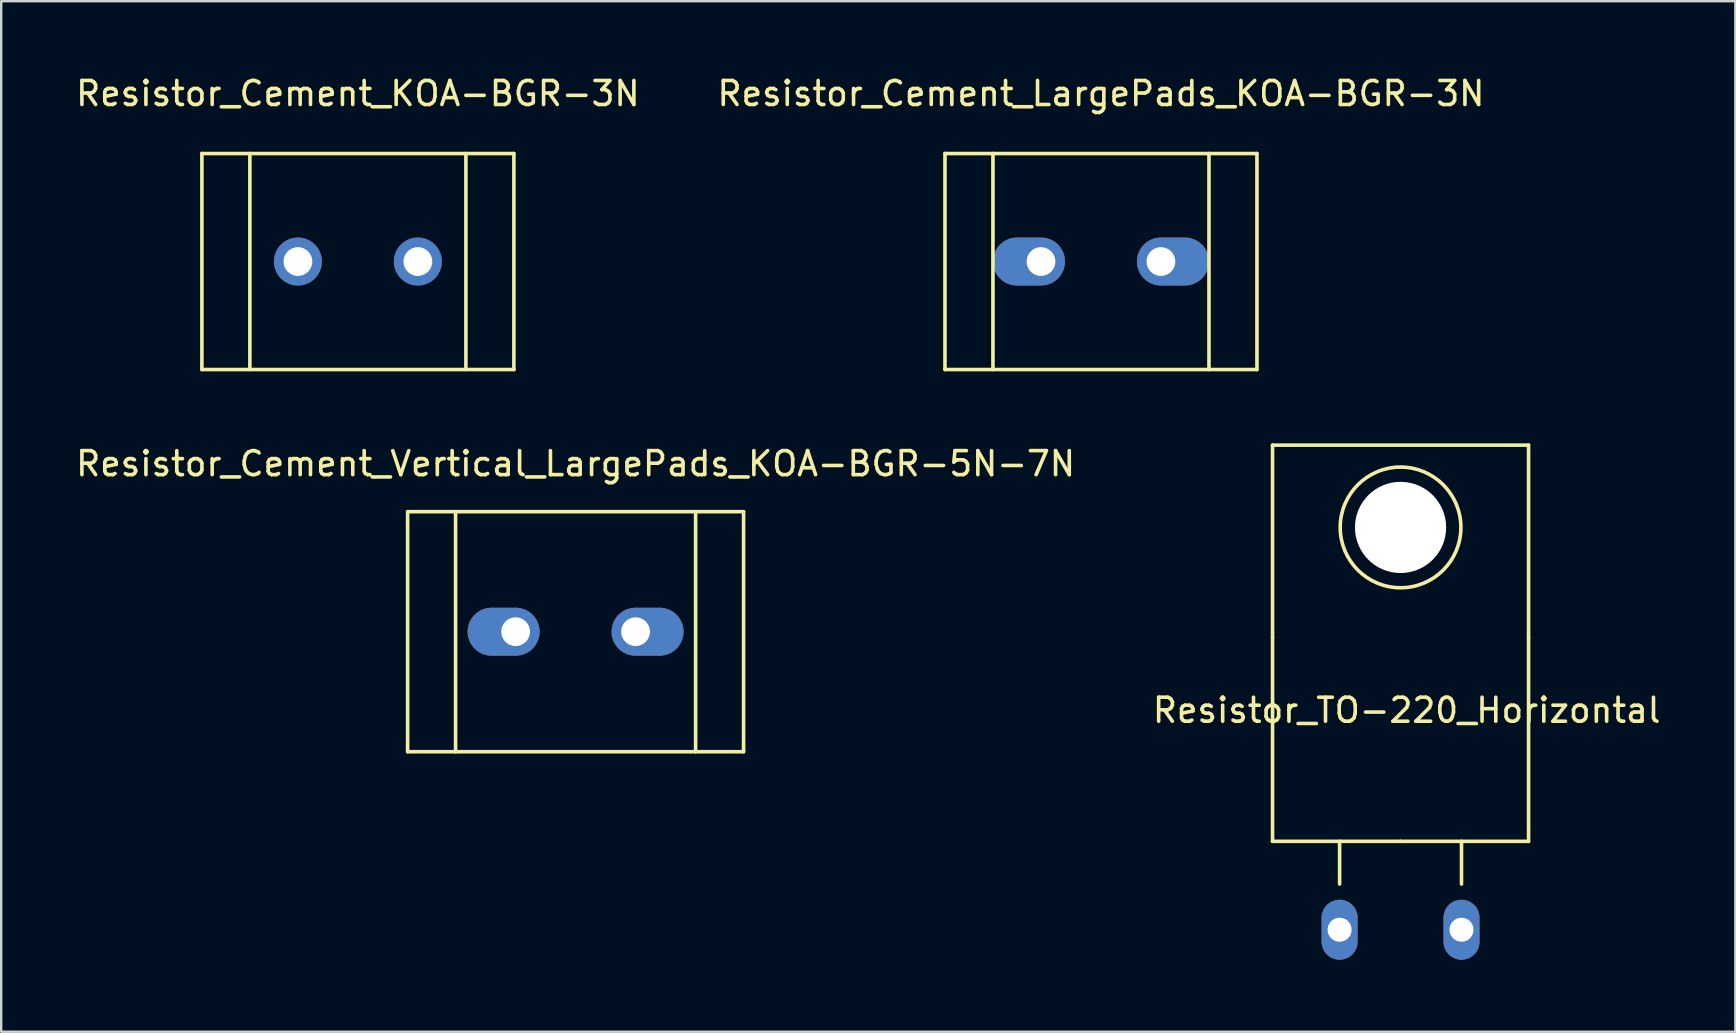
<source format=kicad_pcb>
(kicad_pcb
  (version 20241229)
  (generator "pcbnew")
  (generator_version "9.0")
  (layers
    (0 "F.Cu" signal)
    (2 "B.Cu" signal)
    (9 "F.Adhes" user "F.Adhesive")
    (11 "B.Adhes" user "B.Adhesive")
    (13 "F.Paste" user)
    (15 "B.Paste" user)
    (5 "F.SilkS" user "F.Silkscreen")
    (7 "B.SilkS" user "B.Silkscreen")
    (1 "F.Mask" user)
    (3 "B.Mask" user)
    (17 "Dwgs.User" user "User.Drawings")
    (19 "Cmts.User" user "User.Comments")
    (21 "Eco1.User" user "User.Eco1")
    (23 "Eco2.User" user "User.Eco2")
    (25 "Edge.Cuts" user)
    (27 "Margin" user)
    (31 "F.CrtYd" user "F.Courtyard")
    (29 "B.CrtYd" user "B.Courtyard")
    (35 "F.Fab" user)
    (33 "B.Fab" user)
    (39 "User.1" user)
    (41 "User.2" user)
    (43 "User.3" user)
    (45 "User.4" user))
  (footprint "Resistor_TO-220_Horizontal"
    (layer "F.Cu")
    (at 55.311 35.692)
    (property "Reference" "Resistor_TO-220_Horizontal" (at 0.254 -9.144 0) (layer "F.SilkS") (effects (font (size 1 1) (thickness 0.15))))
    (attr through_hole)
    (fp_line (start -5.334 -20.193) (end -5.334 -12.192) (stroke (width 0.15) (type solid)) (layer "F.SilkS"))
    (fp_line (start -5.334 -12.192) (end -5.334 -3.683) (stroke (width 0.15) (type solid)) (layer "F.SilkS"))
    (fp_line (start -2.54 -3.683) (end -2.54 -1.905) (stroke (width 0.15) (type solid)) (layer "F.SilkS"))
    (fp_line (start 0 -3.683) (end -5.334 -3.683) (stroke (width 0.15) (type solid)) (layer "F.SilkS"))
    (fp_line (start 0 -3.683) (end 5.334 -3.683) (stroke (width 0.15) (type solid)) (layer "F.SilkS"))
    (fp_line (start 2.54 -3.683) (end 2.54 -1.905) (stroke (width 0.15) (type solid)) (layer "F.SilkS"))
    (fp_line (start 5.334 -20.193) (end -5.334 -20.193) (stroke (width 0.15) (type solid)) (layer "F.SilkS"))
    (fp_line (start 5.334 -12.192) (end 5.334 -20.193) (stroke (width 0.15) (type solid)) (layer "F.SilkS"))
    (fp_line (start 5.334 -3.683) (end 5.334 -12.192) (stroke (width 0.15) (type solid)) (layer "F.SilkS"))
    (fp_circle (center 0 -16.764) (end 1.778 -14.986) (stroke (width 0.15) (type solid)) (fill no) (layer "F.SilkS"))
    (pad "" np_thru_hole circle (at 0 -16.764 90) (size 3.8 3.8) (drill 3.8) (layers "*.Cu" "*.Mask"))
    (pad "1" thru_hole oval (at -2.54 0 90) (size 2.499 1.501) (drill 1.001) (layers "*.Cu" "*.Mask"))
    (pad "2" thru_hole oval (at 2.54 0 90) (size 2.499 1.501) (drill 1.001) (layers "*.Cu" "*.Mask")))
  (footprint "Resistor_Cement_KOA-BGR-3N"
    (layer "F.Cu")
    (at 11.863 7.848)
    (property "Reference" "Resistor_Cement_KOA-BGR-3N" (at 0 -7 0) (layer "F.SilkS") (effects (font (size 1 1) (thickness 0.15))))
    (attr through_hole)
    (fp_line (start -6.5 -4.501) (end -6.5 4.501) (stroke (width 0.15) (type solid)) (layer "F.SilkS"))
    (fp_line (start -6.5 4.501) (end 6.5 4.501) (stroke (width 0.15) (type solid)) (layer "F.SilkS"))
    (fp_line (start -4.501 -4.501) (end -4.501 4.501) (stroke (width 0.15) (type solid)) (layer "F.SilkS"))
    (fp_line (start 4.501 -4.501) (end 4.501 4.501) (stroke (width 0.15) (type solid)) (layer "F.SilkS"))
    (fp_line (start 6.5 -4.501) (end -6.5 -4.501) (stroke (width 0.15) (type solid)) (layer "F.SilkS"))
    (fp_line (start 6.5 4.501) (end 6.5 -4.501) (stroke (width 0.15) (type solid)) (layer "F.SilkS"))
    (pad "1" thru_hole circle (at -2.499 0) (size 1.999 1.999) (drill 1.199) (layers "*.Cu" "*.Mask"))
    (pad "2" thru_hole circle (at 2.499 0) (size 1.999 1.999) (drill 1.199) (layers "*.Cu" "*.Mask")))
  (footprint "Resistor_Cement_Vertical_LargePads_KOA-BGR-5N-7N"
    (layer "F.Cu")
    (at 20.935 23.273)
    (property "Reference" "Resistor_Cement_Vertical_LargePads_KOA-BGR-5N-7N" (at 0 -7 0) (layer "F.SilkS") (effects (font (size 1 1) (thickness 0.15))))
    (attr through_hole)
    (fp_line (start -7 -5.001) (end -7 5.001) (stroke (width 0.15) (type solid)) (layer "F.SilkS"))
    (fp_line (start -7 5.001) (end 7 5.001) (stroke (width 0.15) (type solid)) (layer "F.SilkS"))
    (fp_line (start -5.001 -5.001) (end -5.001 5.001) (stroke (width 0.15) (type solid)) (layer "F.SilkS"))
    (fp_line (start 5.001 -5.001) (end 5.001 5.001) (stroke (width 0.15) (type solid)) (layer "F.SilkS"))
    (fp_line (start 7 -5.001) (end -7 -5.001) (stroke (width 0.15) (type solid)) (layer "F.SilkS"))
    (fp_line (start 7 5.001) (end 7 -5.001) (stroke (width 0.15) (type solid)) (layer "F.SilkS"))
    (pad "1" thru_hole oval (at -2.499 0) (size 3 1.999) (drill 1.199 (offset -0.5 0)) (layers "*.Cu" "*.Mask"))
    (pad "2" thru_hole oval (at 2.499 0 180) (size 3 1.999) (drill 1.199 (offset -0.5 0)) (layers "*.Cu" "*.Mask")))
  (footprint "Resistor_Cement_LargePads_KOA-BGR-3N"
    (layer "F.Cu")
    (at 42.827 7.848)
    (property "Reference" "Resistor_Cement_LargePads_KOA-BGR-3N" (at 0 -7 0) (layer "F.SilkS") (effects (font (size 1 1) (thickness 0.15))))
    (attr through_hole)
    (fp_line (start -6.5 -4.501) (end -6.5 4.501) (stroke (width 0.15) (type solid)) (layer "F.SilkS"))
    (fp_line (start -6.5 4.501) (end 6.5 4.501) (stroke (width 0.15) (type solid)) (layer "F.SilkS"))
    (fp_line (start -4.501 -4.501) (end -4.501 4.501) (stroke (width 0.15) (type solid)) (layer "F.SilkS"))
    (fp_line (start 4.501 -4.501) (end 4.501 4.501) (stroke (width 0.15) (type solid)) (layer "F.SilkS"))
    (fp_line (start 6.5 -4.501) (end -6.5 -4.501) (stroke (width 0.15) (type solid)) (layer "F.SilkS"))
    (fp_line (start 6.5 4.501) (end 6.5 -4.501) (stroke (width 0.15) (type solid)) (layer "F.SilkS"))
    (pad "1" thru_hole oval (at -2.499 0) (size 3 1.999) (drill 1.199 (offset -0.5 0)) (layers "*.Cu" "*.Mask"))
    (pad "2" thru_hole oval (at 2.499 0 180) (size 3 1.999) (drill 1.199 (offset -0.5 0)) (layers "*.Cu" "*.Mask")))
  (gr_rect
    (start -3 -3)
    (end 69.262 39.942)
    (stroke (width 0.1) (type default))
    (fill no)
    (layer "Edge.Cuts")))
</source>
